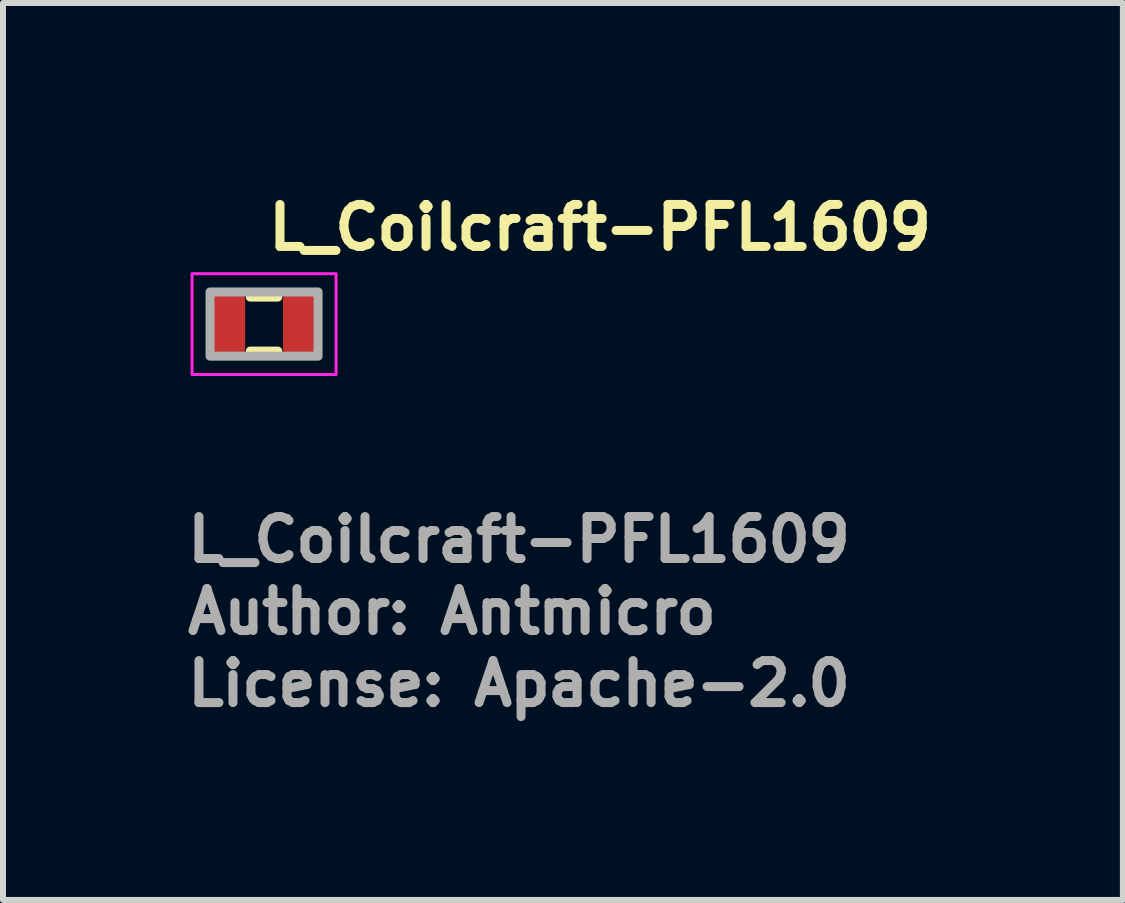
<source format=kicad_pcb>
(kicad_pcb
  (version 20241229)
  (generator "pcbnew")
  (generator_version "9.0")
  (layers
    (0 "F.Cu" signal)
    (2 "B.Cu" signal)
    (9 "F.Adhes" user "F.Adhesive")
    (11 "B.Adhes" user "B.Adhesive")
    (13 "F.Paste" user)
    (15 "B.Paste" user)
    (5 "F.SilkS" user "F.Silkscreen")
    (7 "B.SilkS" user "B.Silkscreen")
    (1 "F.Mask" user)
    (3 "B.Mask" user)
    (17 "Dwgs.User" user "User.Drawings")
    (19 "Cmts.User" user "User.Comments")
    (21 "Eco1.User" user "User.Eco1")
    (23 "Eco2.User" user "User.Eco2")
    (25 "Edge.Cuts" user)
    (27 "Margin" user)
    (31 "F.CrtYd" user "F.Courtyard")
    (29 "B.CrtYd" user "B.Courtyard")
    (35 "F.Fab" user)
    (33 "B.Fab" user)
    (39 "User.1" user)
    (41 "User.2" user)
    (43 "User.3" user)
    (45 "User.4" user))
  (footprint "L_Coilcraft-PFL1609"
    (layer "F.Cu")
    (at 1.35 2.35)
    (property "Reference" "L_Coilcraft-PFL1609" (at 0 -1.2 0) (layer "F.SilkS") (effects (font (size 0.7 0.7) (thickness 0.15)) (justify left bottom)))
    (attr smd)
    (fp_line (start -0.23 -0.45) (end 0.23 -0.45) (stroke (width 0.15) (type solid)) (layer "F.SilkS"))
    (fp_line (start -0.23 0.45) (end 0.23 0.45) (stroke (width 0.15) (type solid)) (layer "F.SilkS"))
    (fp_rect (start -1.2 -0.84) (end 1.2 0.84) (stroke (width 0.05) (type solid)) (fill no) (layer "F.CrtYd"))
    (fp_rect (start -0.9 -0.535) (end 0.9 0.535) (stroke (width 0.15) (type solid)) (fill no) (layer "F.Fab"))
    (fp_rect (start -0.9 -0.535) (end 0.9 0.535) (stroke (width 0.1) (type solid)) (fill no) (layer "User.5"))
    (fp_line (start -0.9 -0.535) (end -0.9 0.535) (stroke (width 0.02) (type solid)) (layer "User.9"))
    (fp_line (start -0.9 0.535) (end 0.9 0.535) (stroke (width 0.02) (type solid)) (layer "User.9"))
    (fp_line (start 0.9 -0.535) (end -0.9 -0.535) (stroke (width 0.02) (type solid)) (layer "User.9"))
    (fp_line (start 0.9 0.535) (end 0.9 -0.535) (stroke (width 0.02) (type solid)) (layer "User.9"))
    (fp_text user "License: Apache-2.0" (at -1.35 6.4 0) (layer "F.Fab") (effects (font (size 0.7 0.7) (thickness 0.15)) (justify left bottom)))
    (fp_text user "Author: Antmicro" (at -1.35 5.2 0) (layer "F.Fab") (effects (font (size 0.7 0.7) (thickness 0.15)) (justify left bottom)))
    (fp_text user "${REFERENCE}" (at -1.35 4 0) (layer "F.Fab") (effects (font (size 0.7 0.7) (thickness 0.15)) (justify left bottom)))
    (pad "1" smd roundrect (at -0.635 0) (size 0.64 1.02) (layers "F.Cu" "F.Mask" "F.Paste") (roundrect_rratio 0.15))
    (pad "2" smd roundrect (at 0.635 0) (size 0.64 1.02) (layers "F.Cu" "F.Mask" "F.Paste") (roundrect_rratio 0.15)))
  (gr_rect
    (start -3 -3)
    (end 15.66 11.945)
    (stroke (width 0.1) (type default))
    (fill no)
    (layer "Edge.Cuts")))
</source>
